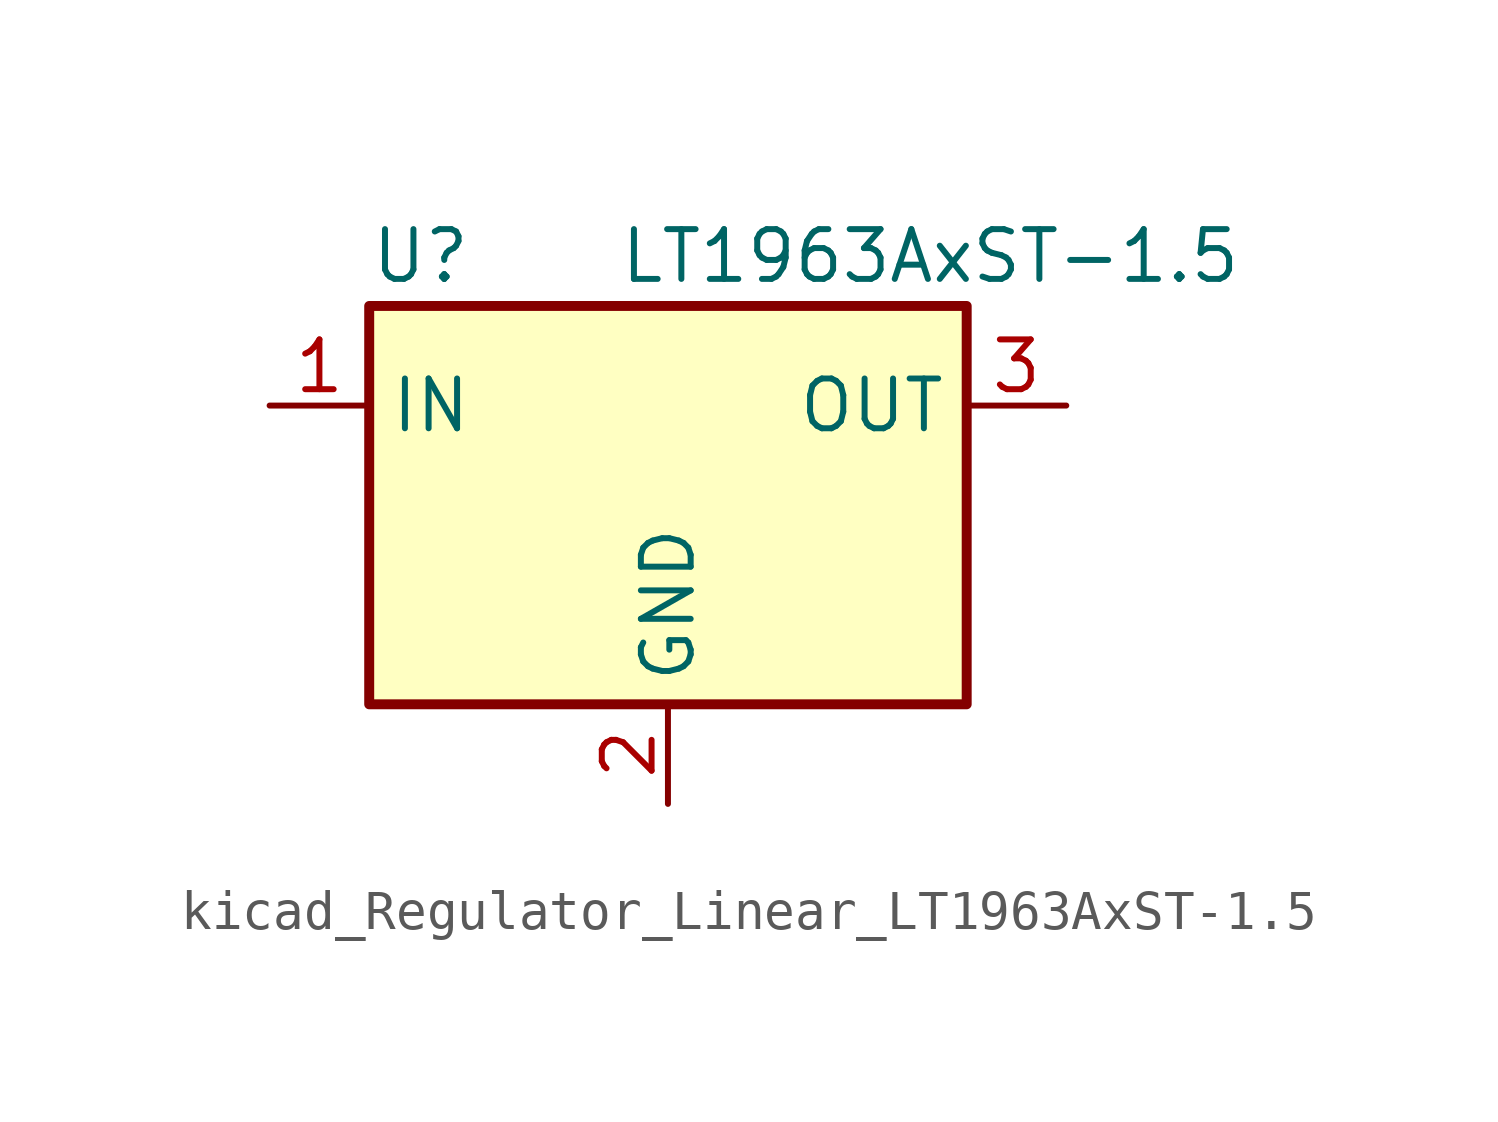
<source format=kicad_sym>
(kicad_symbol_lib
  (version 20220914)
  (generator kicad_symbol_editor)
  (symbol "kicad_Regulator_Linear_LT1963AxST-1.5"
    (property "Reference" "U"
      (at -7.62 6.35 0)
      (effects (font (size 1.27 1.27)) (justify left)))
    (property "Value" "LT1963AxST-1.5"
      (at -1.27 6.35 0)
      (effects (font (size 1.27 1.27)) (justify left)))
    (symbol "kicad_Regulator_Linear_LT1963AxST-1.5_0_1"
      (rectangle (start -7.62 5.08) (end 7.62 -5.08) (stroke (width 0.254) (type default)) (fill (type background))))
    (symbol "kicad_Regulator_Linear_LT1963AxST-1.5_1_1"
      (pin power_in line (at -10.16 2.54 0) (length 2.54) (name "IN" (effects (font (size 1.27 1.27)))) (number "1" (effects (font (size 1.27 1.27)))))
      (pin power_in line (at 0 -7.62 90) (length 2.54) (name "GND" (effects (font (size 1.27 1.27)))) (number "2" (effects (font (size 1.27 1.27)))))
      (pin power_out line (at 10.16 2.54 180) (length 2.54) (name "OUT" (effects (font (size 1.27 1.27)))) (number "3" (effects (font (size 1.27 1.27))))))))
</source>
